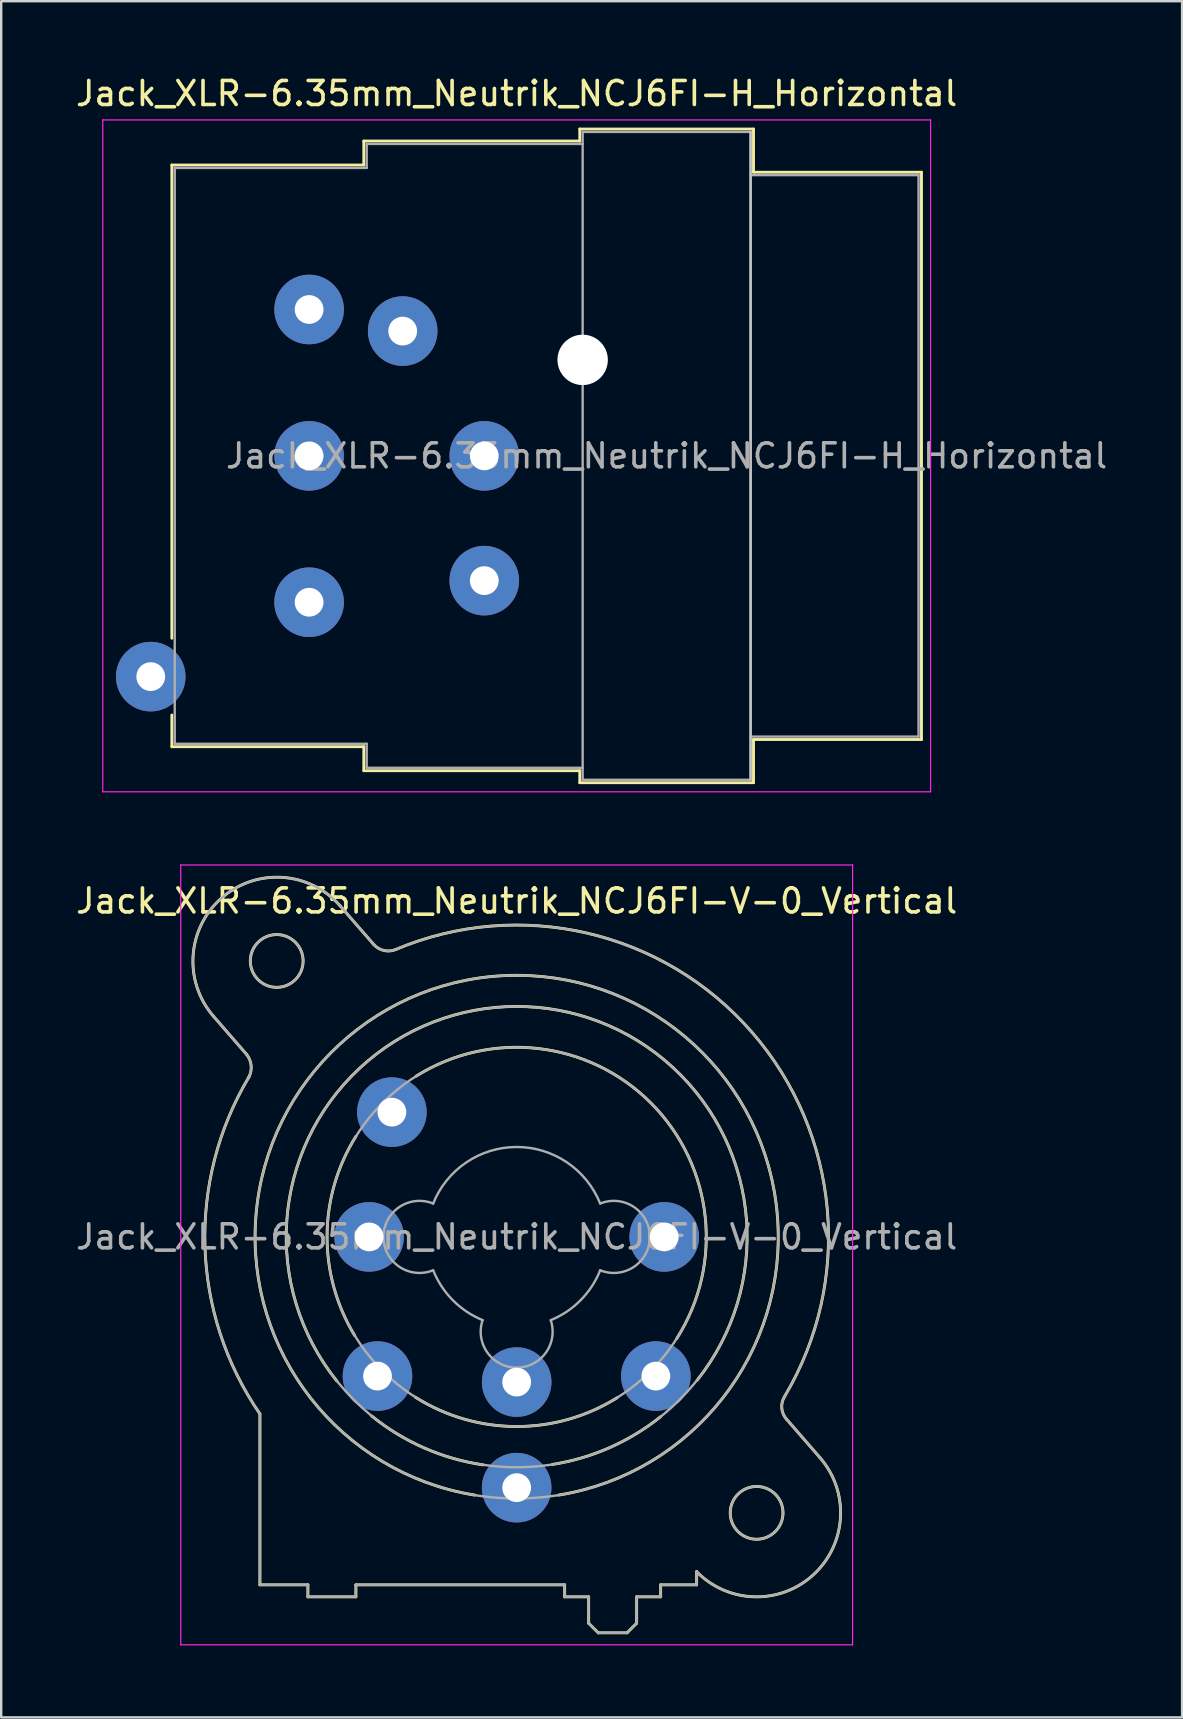
<source format=kicad_pcb>
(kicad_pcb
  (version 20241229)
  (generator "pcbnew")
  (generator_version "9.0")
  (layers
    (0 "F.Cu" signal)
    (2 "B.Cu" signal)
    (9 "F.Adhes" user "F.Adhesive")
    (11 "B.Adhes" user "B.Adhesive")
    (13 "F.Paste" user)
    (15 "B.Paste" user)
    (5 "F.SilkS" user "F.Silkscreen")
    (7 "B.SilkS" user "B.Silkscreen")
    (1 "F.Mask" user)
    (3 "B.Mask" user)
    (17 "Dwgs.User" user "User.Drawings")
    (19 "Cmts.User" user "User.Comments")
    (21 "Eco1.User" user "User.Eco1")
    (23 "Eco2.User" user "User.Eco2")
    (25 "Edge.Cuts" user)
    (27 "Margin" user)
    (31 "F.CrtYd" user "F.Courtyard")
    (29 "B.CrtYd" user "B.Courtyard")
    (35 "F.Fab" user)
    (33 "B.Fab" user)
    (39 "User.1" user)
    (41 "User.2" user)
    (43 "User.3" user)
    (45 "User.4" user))
  (footprint "Jack_XLR-6.35mm_Neutrik_NCJ6FI-H_Horizontal"
    (layer "F.Cu")
    (at 9.832 9.848)
    (property "Reference" "Jack_XLR-6.35mm_Neutrik_NCJ6FI-H_Horizontal" (at 8.65 -9 0) (layer "F.SilkS") (effects (font (size 1 1) (thickness 0.15))))
    (attr through_hole)
    (fp_line (start -5.72 -6.02) (end -5.72 13.7) (stroke (width 0.12) (type solid)) (layer "F.SilkS"))
    (fp_line (start -5.72 16.9) (end -5.72 18.22) (stroke (width 0.12) (type solid)) (layer "F.SilkS"))
    (fp_line (start 2.28 -7.02) (end 2.28 -6.02) (stroke (width 0.12) (type solid)) (layer "F.SilkS"))
    (fp_line (start 2.28 -6.02) (end -5.72 -6.02) (stroke (width 0.12) (type solid)) (layer "F.SilkS"))
    (fp_line (start 2.28 18.22) (end -5.72 18.22) (stroke (width 0.12) (type solid)) (layer "F.SilkS"))
    (fp_line (start 2.28 19.22) (end 2.28 18.22) (stroke (width 0.12) (type solid)) (layer "F.SilkS"))
    (fp_line (start 11.28 -7.02) (end 2.28 -7.02) (stroke (width 0.12) (type solid)) (layer "F.SilkS"))
    (fp_line (start 11.28 -7.02) (end 11.28 -7.52) (stroke (width 0.12) (type solid)) (layer "F.SilkS"))
    (fp_line (start 11.28 19.22) (end 2.28 19.22) (stroke (width 0.12) (type solid)) (layer "F.SilkS"))
    (fp_line (start 11.28 19.72) (end 11.28 19.22) (stroke (width 0.12) (type solid)) (layer "F.SilkS"))
    (fp_line (start 18.52 -7.52) (end 11.28 -7.52) (stroke (width 0.12) (type solid)) (layer "F.SilkS"))
    (fp_line (start 18.52 -7.52) (end 18.52 -5.72) (stroke (width 0.12) (type solid)) (layer "F.SilkS"))
    (fp_line (start 18.52 -5.72) (end 25.52 -5.72) (stroke (width 0.12) (type solid)) (layer "F.SilkS"))
    (fp_line (start 18.52 17.92) (end 18.52 19.72) (stroke (width 0.12) (type solid)) (layer "F.SilkS"))
    (fp_line (start 18.52 17.92) (end 25.52 17.92) (stroke (width 0.12) (type solid)) (layer "F.SilkS"))
    (fp_line (start 18.52 19.72) (end 11.28 19.72) (stroke (width 0.12) (type solid)) (layer "F.SilkS"))
    (fp_line (start 25.52 -5.72) (end 25.52 17.92) (stroke (width 0.12) (type solid)) (layer "F.SilkS"))
    (fp_line (start 18.4 -7.4) (end 18.4 19.6) (stroke (width 0.1) (type solid)) (layer "Dwgs.User"))
    (fp_line (start -8.6 -7.9) (end -8.6 20.1) (stroke (width 0.05) (type solid)) (layer "F.CrtYd"))
    (fp_line (start 25.9 -7.9) (end -8.6 -7.9) (stroke (width 0.05) (type solid)) (layer "F.CrtYd"))
    (fp_line (start 25.9 -7.9) (end 25.9 20.1) (stroke (width 0.05) (type solid)) (layer "F.CrtYd"))
    (fp_line (start 25.9 20.1) (end -8.6 20.1) (stroke (width 0.05) (type solid)) (layer "F.CrtYd"))
    (fp_line (start -5.6 -5.9) (end -5.6 18.1) (stroke (width 0.1) (type solid)) (layer "F.Fab"))
    (fp_line (start -5.6 18.1) (end 2.4 18.1) (stroke (width 0.1) (type solid)) (layer "F.Fab"))
    (fp_line (start 2.4 -6.9) (end 2.4 -5.9) (stroke (width 0.1) (type solid)) (layer "F.Fab"))
    (fp_line (start 2.4 -5.9) (end -5.6 -5.9) (stroke (width 0.1) (type solid)) (layer "F.Fab"))
    (fp_line (start 2.4 18.1) (end 2.4 19.1) (stroke (width 0.1) (type solid)) (layer "F.Fab"))
    (fp_line (start 2.4 19.1) (end 11.4 19.1) (stroke (width 0.1) (type solid)) (layer "F.Fab"))
    (fp_line (start 11.4 -7.4) (end 18.4 -7.4) (stroke (width 0.1) (type solid)) (layer "F.Fab"))
    (fp_line (start 11.4 -6.9) (end 2.4 -6.9) (stroke (width 0.1) (type solid)) (layer "F.Fab"))
    (fp_line (start 11.4 19.6) (end 11.4 -7.4) (stroke (width 0.1) (type solid)) (layer "F.Fab"))
    (fp_line (start 18.4 -7.4) (end 18.4 19.6) (stroke (width 0.1) (type solid)) (layer "F.Fab"))
    (fp_line (start 18.4 -5.6) (end 25.4 -5.6) (stroke (width 0.1) (type solid)) (layer "F.Fab"))
    (fp_line (start 18.4 19.6) (end 11.4 19.6) (stroke (width 0.1) (type solid)) (layer "F.Fab"))
    (fp_line (start 25.4 -5.6) (end 25.4 17.8) (stroke (width 0.1) (type solid)) (layer "F.Fab"))
    (fp_line (start 25.4 17.8) (end 18.4 17.8) (stroke (width 0.1) (type solid)) (layer "F.Fab"))
    (fp_text user "${REFERENCE}" (at 14.9 6.1 0) (layer "F.Fab") (effects (font (size 1 1) (thickness 0.15))))
    (pad "" np_thru_hole circle (at 11.4 2.1) (size 2.1 2.1) (drill 2.1) (layers "*.Cu" "*.Mask"))
    (pad "1" thru_hole circle (at 0 0) (size 2.9 2.9) (drill 1.2) (layers "*.Cu" "*.Mask"))
    (pad "2" thru_hole circle (at 0 12.2) (size 2.9 2.9) (drill 1.2) (layers "*.Cu" "*.Mask"))
    (pad "3" thru_hole circle (at 0 6.1) (size 2.9 2.9) (drill 1.2) (layers "*.Cu" "*.Mask"))
    (pad "G" thru_hole circle (at 7.3 6.1) (size 2.9 2.9) (drill 1.2) (layers "*.Cu" "*.Mask"))
    (pad "R" thru_hole circle (at 3.9 0.9) (size 2.9 2.9) (drill 1.2) (layers "*.Cu" "*.Mask"))
    (pad "S" thru_hole circle (at 7.3 11.3) (size 2.9 2.9) (drill 1.2) (layers "*.Cu" "*.Mask"))
    (pad "T" thru_hole circle (at -6.6 15.3) (size 2.9 2.9) (drill 1.2) (layers "*.Cu" "*.Mask")))
  (footprint "Jack_XLR-6.35mm_Neutrik_NCJ6FI-V-0_Vertical"
    (layer "F.Cu")
    (at 24.632 48.498)
    (property "Reference" "Jack_XLR-6.35mm_Neutrik_NCJ6FI-V-0_Vertical" (at -6.15 -14 0) (layer "F.SilkS") (effects (font (size 1 1) (thickness 0.15))))
    (attr through_hole)
    (fp_line (start -17.4 -7.6) (end -18.79 -9.2) (stroke (width 0.12) (type solid)) (layer "F.SilkS"))
    (fp_line (start -16.85 14.5) (end -16.85 7.38) (stroke (width 0.12) (type solid)) (layer "F.SilkS"))
    (fp_line (start -14.85 14.5) (end -16.85 14.5) (stroke (width 0.12) (type solid)) (layer "F.SilkS"))
    (fp_line (start -14.85 14.5) (end -14.85 15) (stroke (width 0.12) (type solid)) (layer "F.SilkS"))
    (fp_line (start -13.51 -13.8) (end -12.11 -12.19) (stroke (width 0.12) (type solid)) (layer "F.SilkS"))
    (fp_line (start -12.85 14.5) (end -12.85 15) (stroke (width 0.12) (type solid)) (layer "F.SilkS"))
    (fp_line (start -12.85 15) (end -14.85 15) (stroke (width 0.12) (type solid)) (layer "F.SilkS"))
    (fp_line (start -4.15 14.5) (end -12.85 14.5) (stroke (width 0.12) (type solid)) (layer "F.SilkS"))
    (fp_line (start -4.15 14.5) (end -4.15 15) (stroke (width 0.12) (type solid)) (layer "F.SilkS"))
    (fp_line (start -3.15 15) (end -4.15 15) (stroke (width 0.12) (type solid)) (layer "F.SilkS"))
    (fp_line (start -3.15 15) (end -3.15 16.1) (stroke (width 0.12) (type solid)) (layer "F.SilkS"))
    (fp_line (start -3.15 16.1) (end -2.75 16.5) (stroke (width 0.12) (type solid)) (layer "F.SilkS"))
    (fp_line (start -1.55 16.5) (end -2.75 16.5) (stroke (width 0.12) (type solid)) (layer "F.SilkS"))
    (fp_line (start -1.15 15) (end -1.15 16.1) (stroke (width 0.12) (type solid)) (layer "F.SilkS"))
    (fp_line (start -1.15 16.1) (end -1.55 16.5) (stroke (width 0.12) (type solid)) (layer "F.SilkS"))
    (fp_line (start -0.15 14.5) (end -0.15 15) (stroke (width 0.12) (type solid)) (layer "F.SilkS"))
    (fp_line (start -0.15 15) (end -1.15 15) (stroke (width 0.12) (type solid)) (layer "F.SilkS"))
    (fp_line (start 1.35 13.95) (end 1.35 14.5) (stroke (width 0.12) (type solid)) (layer "F.SilkS"))
    (fp_line (start 1.35 14.5) (end -0.15 14.5) (stroke (width 0.12) (type solid)) (layer "F.SilkS"))
    (fp_line (start 5.1 7.6) (end 6.49 9.2) (stroke (width 0.12) (type solid)) (layer "F.SilkS"))
    (fp_arc (start -18.79 -9.2) (mid -18.45 -14.14) (end -13.51 -13.8) (stroke (width 0.12) (type solid)) (layer "F.SilkS"))
    (fp_arc (start -17.400452 -7.59955) (mid -17.216295 -7.14315) (end -17.31 -6.66) (stroke (width 0.12) (type solid)) (layer "F.SilkS"))
    (fp_arc (start -16.851206 7.374645) (mid -19.139261 0.42462) (end -17.31 -6.66) (stroke (width 0.12) (type solid)) (layer "F.SilkS"))
    (fp_arc (start -13.65 6) (mid -6.168408 -9.604669) (end 1.372943 5.971208) (stroke (width 0.12) (type solid)) (layer "F.SilkS"))
    (fp_arc (start -12.9 4.11) (mid -14.052663 -0.0501) (end -12.847348 -4.195251) (stroke (width 0.12) (type solid)) (layer "F.SilkS"))
    (fp_arc (start -11.201352 -11.974349) (mid 3.655031 -8.530097) (end 5.01 6.66) (stroke (width 0.12) (type solid)) (layer "F.SilkS"))
    (fp_arc (start -11.177539 -11.981856) (mid -11.677484 -11.93489) (end -12.11 -12.19) (stroke (width 0.12) (type solid)) (layer "F.SilkS"))
    (fp_arc (start -10.34 -6.7) (mid -0.544787 -5.570251) (end 0.523653 4.231839) (stroke (width 0.12) (type solid)) (layer "F.SilkS"))
    (fp_arc (start -7.9 10.76) (mid -6.152346 -10.90138) (end -4.395368 10.759246) (stroke (width 0.12) (type solid)) (layer "F.SilkS"))
    (fp_arc (start -7.55 9.5) (mid -10.007174 8.793873) (end -12.190932 7.464391) (stroke (width 0.12) (type solid)) (layer "F.SilkS"))
    (fp_arc (start -1.96 6.7) (mid -6.167825 7.902264) (end -10.370184 6.681029) (stroke (width 0.12) (type solid)) (layer "F.SilkS"))
    (fp_arc (start -0.16 7.5) (mid -2.282236 8.784674) (end -4.662837 9.482534) (stroke (width 0.12) (type solid)) (layer "F.SilkS"))
    (fp_arc (start 5.109394 7.611661) (mid 4.900255 7.152483) (end 5.01 6.66) (stroke (width 0.12) (type solid)) (layer "F.SilkS"))
    (fp_arc (start 6.49 9.2) (mid 6.227307 14.070606) (end 1.351052 13.95252) (stroke (width 0.12) (type solid)) (layer "F.SilkS"))
    (fp_circle (center -16.15 -11.5) (end -15.05 -11.5) (stroke (width 0.12) (type solid)) (fill no) (layer "F.SilkS"))
    (fp_circle (center 3.85 11.5) (end 4.95 11.5) (stroke (width 0.12) (type solid)) (fill no) (layer "F.SilkS"))
    (fp_line (start -20.15 -15.5) (end 7.85 -15.5) (stroke (width 0.05) (type solid)) (layer "F.CrtYd"))
    (fp_line (start -20.15 17) (end -20.15 -15.5) (stroke (width 0.05) (type solid)) (layer "F.CrtYd"))
    (fp_line (start 7.85 -15.5) (end 7.85 17) (stroke (width 0.05) (type solid)) (layer "F.CrtYd"))
    (fp_line (start 7.85 17) (end -20.15 17) (stroke (width 0.05) (type solid)) (layer "F.CrtYd"))
    (fp_line (start -17.4 -7.6) (end -18.79 -9.2) (stroke (width 0.1) (type solid)) (layer "F.Fab"))
    (fp_line (start -16.85 14.5) (end -16.85 7.38) (stroke (width 0.1) (type solid)) (layer "F.Fab"))
    (fp_line (start -14.85 14.5) (end -16.85 14.5) (stroke (width 0.1) (type solid)) (layer "F.Fab"))
    (fp_line (start -14.85 14.5) (end -14.85 15) (stroke (width 0.1) (type solid)) (layer "F.Fab"))
    (fp_line (start -13.51 -13.8) (end -12.11 -12.19) (stroke (width 0.1) (type solid)) (layer "F.Fab"))
    (fp_line (start -12.85 14.5) (end -12.85 15) (stroke (width 0.1) (type solid)) (layer "F.Fab"))
    (fp_line (start -12.85 15) (end -14.85 15) (stroke (width 0.1) (type solid)) (layer "F.Fab"))
    (fp_line (start -4.15 14.5) (end -12.85 14.5) (stroke (width 0.1) (type solid)) (layer "F.Fab"))
    (fp_line (start -4.15 14.5) (end -4.15 15) (stroke (width 0.1) (type solid)) (layer "F.Fab"))
    (fp_line (start -3.15 15) (end -4.15 15) (stroke (width 0.1) (type solid)) (layer "F.Fab"))
    (fp_line (start -3.15 15) (end -3.15 16.1) (stroke (width 0.1) (type solid)) (layer "F.Fab"))
    (fp_line (start -3.15 16.1) (end -2.75 16.5) (stroke (width 0.1) (type solid)) (layer "F.Fab"))
    (fp_line (start -1.55 16.5) (end -2.75 16.5) (stroke (width 0.1) (type solid)) (layer "F.Fab"))
    (fp_line (start -1.15 15) (end -1.15 16.1) (stroke (width 0.1) (type solid)) (layer "F.Fab"))
    (fp_line (start -1.15 16.1) (end -1.55 16.5) (stroke (width 0.1) (type solid)) (layer "F.Fab"))
    (fp_line (start -0.15 14.5) (end -0.15 15) (stroke (width 0.1) (type solid)) (layer "F.Fab"))
    (fp_line (start -0.15 15) (end -1.15 15) (stroke (width 0.1) (type solid)) (layer "F.Fab"))
    (fp_line (start 1.35 13.95) (end 1.35 14.5) (stroke (width 0.1) (type solid)) (layer "F.Fab"))
    (fp_line (start 1.35 14.5) (end -0.15 14.5) (stroke (width 0.1) (type solid)) (layer "F.Fab"))
    (fp_line (start 5.1 7.6) (end 6.49 9.2) (stroke (width 0.1) (type solid)) (layer "F.Fab"))
    (fp_arc (start -18.79 -9.2) (mid -18.45 -14.14) (end -13.51 -13.8) (stroke (width 0.1) (type solid)) (layer "F.Fab"))
    (fp_arc (start -17.400452 -7.59955) (mid -17.216295 -7.14315) (end -17.31 -6.66) (stroke (width 0.1) (type solid)) (layer "F.Fab"))
    (fp_arc (start -16.851206 7.374645) (mid -19.139261 0.42462) (end -17.31 -6.66) (stroke (width 0.1) (type solid)) (layer "F.Fab"))
    (fp_arc (start -11.201352 -11.974349) (mid 3.655031 -8.530097) (end 5.01 6.66) (stroke (width 0.1) (type solid)) (layer "F.Fab"))
    (fp_arc (start -11.177539 -11.981856) (mid -11.677484 -11.93489) (end -12.11 -12.19) (stroke (width 0.1) (type solid)) (layer "F.Fab"))
    (fp_arc (start -9.634717 1.391925) (mid -11.702329 -0.002547) (end -9.63 -1.39) (stroke (width 0.1) (type solid)) (layer "F.Fab"))
    (fp_arc (start -9.631116 -1.387204) (mid -6.151505 -3.747333) (end -2.67 -1.39) (stroke (width 0.1) (type solid)) (layer "F.Fab"))
    (fp_arc (start -7.567529 3.468878) (mid -8.810241 2.639246) (end -9.63 1.39) (stroke (width 0.1) (type solid)) (layer "F.Fab"))
    (fp_arc (start -4.729599 3.471189) (mid -6.150627 5.448932) (end -7.57 3.47) (stroke (width 0.1) (type solid)) (layer "F.Fab"))
    (fp_arc (start -2.667476 1.389002) (mid -3.487046 2.639314) (end -4.73 3.47) (stroke (width 0.1) (type solid)) (layer "F.Fab"))
    (fp_arc (start -2.665283 -1.391925) (mid -0.597671 0.002547) (end -2.67 1.39) (stroke (width 0.1) (type solid)) (layer "F.Fab"))
    (fp_arc (start 5.109394 7.611661) (mid 4.900255 7.152483) (end 5.01 6.66) (stroke (width 0.1) (type solid)) (layer "F.Fab"))
    (fp_arc (start 6.49 9.2) (mid 6.227307 14.070606) (end 1.351052 13.95252) (stroke (width 0.1) (type solid)) (layer "F.Fab"))
    (fp_circle (center -16.15 -11.5) (end -15.05 -11.5) (stroke (width 0.1) (type solid)) (fill no) (layer "F.Fab"))
    (fp_circle (center -6.15 0) (end 1.75 0) (stroke (width 0.1) (type solid)) (fill no) (layer "F.Fab"))
    (fp_circle (center -6.15 0) (end 3.45 0) (stroke (width 0.1) (type solid)) (fill no) (layer "F.Fab"))
    (fp_circle (center -6.15 0) (end 4.75 0) (stroke (width 0.1) (type solid)) (fill no) (layer "F.Fab"))
    (fp_circle (center 3.85 11.5) (end 4.95 11.5) (stroke (width 0.1) (type solid)) (fill no) (layer "F.Fab"))
    (fp_text user "${REFERENCE}" (at -6.15 0 0) (layer "F.Fab") (effects (font (size 1 1) (thickness 0.15))))
    (pad "1" thru_hole circle (at 0 0) (size 2.9 2.9) (drill 1.2) (layers "*.Cu" "*.Mask"))
    (pad "2" thru_hole circle (at -12.3 0) (size 2.9 2.9) (drill 1.2) (layers "*.Cu" "*.Mask"))
    (pad "3" thru_hole circle (at -6.15 6.05) (size 2.9 2.9) (drill 1.2) (layers "*.Cu" "*.Mask"))
    (pad "G" thru_hole circle (at -6.15 10.45) (size 2.9 2.9) (drill 1.2) (layers "*.Cu" "*.Mask"))
    (pad "R" thru_hole circle (at -0.35 5.8) (size 2.9 2.9) (drill 1.2) (layers "*.Cu" "*.Mask"))
    (pad "S" thru_hole circle (at -11.95 5.8) (size 2.9 2.9) (drill 1.2) (layers "*.Cu" "*.Mask"))
    (pad "T" thru_hole circle (at -11.35 -5.2) (size 2.9 2.9) (drill 1.2) (layers "*.Cu" "*.Mask")))
  (gr_rect
    (start -3 -3)
    (end 46.214 68.523)
    (stroke (width 0.1) (type default))
    (fill no)
    (layer "Edge.Cuts")))
</source>
